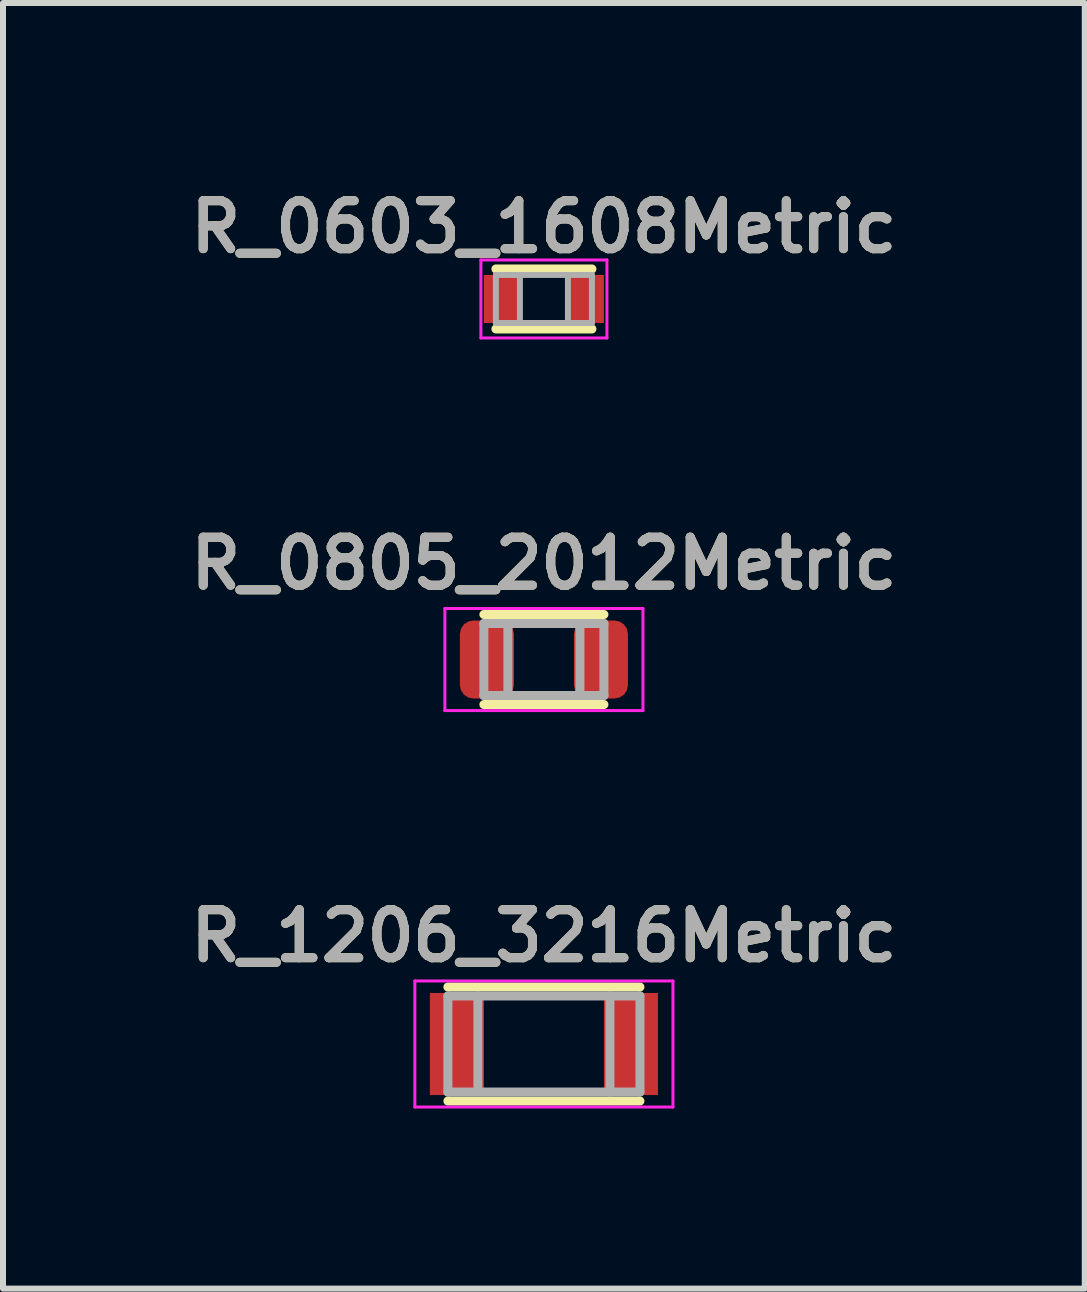
<source format=kicad_pcb>
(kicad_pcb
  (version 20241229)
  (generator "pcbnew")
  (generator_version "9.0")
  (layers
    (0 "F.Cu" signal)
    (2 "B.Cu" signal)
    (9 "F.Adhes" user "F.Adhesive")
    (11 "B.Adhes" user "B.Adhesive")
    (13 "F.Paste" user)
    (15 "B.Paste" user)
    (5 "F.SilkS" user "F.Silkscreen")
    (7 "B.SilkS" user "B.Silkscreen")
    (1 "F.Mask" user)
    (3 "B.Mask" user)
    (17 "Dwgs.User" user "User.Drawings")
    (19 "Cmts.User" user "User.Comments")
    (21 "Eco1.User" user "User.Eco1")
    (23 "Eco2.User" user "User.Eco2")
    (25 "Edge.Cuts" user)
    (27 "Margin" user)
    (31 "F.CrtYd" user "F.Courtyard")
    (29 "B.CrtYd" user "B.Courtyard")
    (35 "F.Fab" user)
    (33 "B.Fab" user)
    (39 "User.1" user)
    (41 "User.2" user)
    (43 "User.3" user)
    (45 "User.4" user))
  (footprint "R_0805_2012Metric"
    (layer "F.Cu")
    (at 6.012 7.938)
    (property "Reference" "R_0805_2012Metric" (at 0 -1.6 0) (layer "F.SilkS") (effects (font (size 0.8 0.8) (thickness 0.15))))
    (attr smd)
    (fp_line (start -1 -0.75) (end 1 -0.75) (stroke (width 0.15) (type solid)) (layer "F.SilkS"))
    (fp_line (start 1 0.75) (end -1 0.75) (stroke (width 0.15) (type solid)) (layer "F.SilkS"))
    (fp_line (start -1.65 -0.85) (end -1.65 0.85) (stroke (width 0.05) (type solid)) (layer "F.CrtYd"))
    (fp_line (start -1.65 -0.85) (end 1.65 -0.85) (stroke (width 0.05) (type solid)) (layer "F.CrtYd"))
    (fp_line (start -1.65 0.85) (end 1.65 0.85) (stroke (width 0.05) (type solid)) (layer "F.CrtYd"))
    (fp_line (start 1.65 -0.85) (end 1.65 0.85) (stroke (width 0.05) (type solid)) (layer "F.CrtYd"))
    (fp_line (start -1 -0.6) (end 1 -0.6) (stroke (width 0.15) (type solid)) (layer "F.Fab"))
    (fp_line (start -1 0.6) (end -1 -0.6) (stroke (width 0.15) (type solid)) (layer "F.Fab"))
    (fp_line (start -0.6 -0.6) (end -0.6 0.6) (stroke (width 0.15) (type solid)) (layer "F.Fab"))
    (fp_line (start 0.6 -0.6) (end 0.6 0.6) (stroke (width 0.15) (type solid)) (layer "F.Fab"))
    (fp_line (start 1 -0.6) (end 1 0.6) (stroke (width 0.15) (type solid)) (layer "F.Fab"))
    (fp_line (start 1 0.6) (end -1 0.6) (stroke (width 0.15) (type solid)) (layer "F.Fab"))
    (fp_text user "${REFERENCE}" (at 0 -1.6 0) (layer "F.Fab") (effects (font (size 0.8 0.8) (thickness 0.15))))
    (pad "1" smd roundrect (at -0.95 0) (size 0.9 1.3) (layers "F.Cu" "F.Mask" "F.Paste") (roundrect_rratio 0.25))
    (pad "2" smd roundrect (at 0.95 0) (size 0.9 1.3) (layers "F.Cu" "F.Mask" "F.Paste") (roundrect_rratio 0.25)))
  (footprint "R_1206_3216Metric"
    (layer "F.Cu")
    (at 6.012 14.344)
    (property "Reference" "R_1206_3216Metric" (at 0 -1.8 0) (layer "F.SilkS") (effects (font (size 0.8 0.8) (thickness 0.15))))
    (attr smd)
    (fp_line (start -1.6 -0.95) (end 1.6 -0.95) (stroke (width 0.15) (type solid)) (layer "F.SilkS"))
    (fp_line (start 1.6 0.95) (end -1.6 0.95) (stroke (width 0.15) (type solid)) (layer "F.SilkS"))
    (fp_line (start -2.15 -1.05) (end -2.15 1.05) (stroke (width 0.05) (type solid)) (layer "F.CrtYd"))
    (fp_line (start -2.15 -1.05) (end 2.15 -1.05) (stroke (width 0.05) (type solid)) (layer "F.CrtYd"))
    (fp_line (start -2.15 1.05) (end 2.15 1.05) (stroke (width 0.05) (type solid)) (layer "F.CrtYd"))
    (fp_line (start 2.15 -1.05) (end 2.15 1.05) (stroke (width 0.05) (type solid)) (layer "F.CrtYd"))
    (fp_line (start -1.6 -0.8) (end 1.6 -0.8) (stroke (width 0.15) (type solid)) (layer "F.Fab"))
    (fp_line (start -1.6 0.8) (end -1.6 -0.8) (stroke (width 0.15) (type solid)) (layer "F.Fab"))
    (fp_line (start -1.1 -0.8) (end -1.1 0.7) (stroke (width 0.15) (type solid)) (layer "F.Fab"))
    (fp_line (start 1.1 -0.8) (end 1.1 0.8) (stroke (width 0.15) (type solid)) (layer "F.Fab"))
    (fp_line (start 1.6 -0.8) (end 1.6 0.8) (stroke (width 0.15) (type solid)) (layer "F.Fab"))
    (fp_line (start 1.6 0.8) (end -1.6 0.8) (stroke (width 0.15) (type solid)) (layer "F.Fab"))
    (fp_text user "${REFERENCE}" (at 0 -1.8 0) (layer "F.Fab") (effects (font (size 0.8 0.8) (thickness 0.15))))
    (pad "1" smd rect (at -1.45 0) (size 0.9 1.7) (layers "F.Cu" "F.Mask" "F.Paste"))
    (pad "2" smd rect (at 1.45 0) (size 0.9 1.7) (layers "F.Cu" "F.Mask" "F.Paste")))
  (footprint "R_0603_1608Metric"
    (layer "F.Cu")
    (at 6.012 1.931)
    (property "Reference" "R_0603_1608Metric" (at 0 -1.2 0) (layer "F.SilkS") (effects (font (size 0.8 0.8) (thickness 0.15))))
    (attr smd)
    (fp_line (start -0.8 -0.5) (end 0.8 -0.5) (stroke (width 0.15) (type solid)) (layer "F.SilkS"))
    (fp_line (start -0.8 0.5) (end 0.8 0.5) (stroke (width 0.15) (type solid)) (layer "F.SilkS"))
    (fp_line (start -1.05 -0.65) (end 1.05 -0.65) (stroke (width 0.05) (type solid)) (layer "F.CrtYd"))
    (fp_line (start -1.05 0.65) (end -1.05 -0.65) (stroke (width 0.05) (type solid)) (layer "F.CrtYd"))
    (fp_line (start 1.05 -0.65) (end 1.05 0.65) (stroke (width 0.05) (type solid)) (layer "F.CrtYd"))
    (fp_line (start 1.05 0.65) (end -1.05 0.65) (stroke (width 0.05) (type solid)) (layer "F.CrtYd"))
    (fp_line (start -0.8 -0.4) (end 0.8 -0.4) (stroke (width 0.1) (type solid)) (layer "F.Fab"))
    (fp_line (start -0.8 0.4) (end -0.8 -0.4) (stroke (width 0.1) (type solid)) (layer "F.Fab"))
    (fp_line (start -0.4 -0.4) (end -0.4 0.4) (stroke (width 0.1) (type solid)) (layer "F.Fab"))
    (fp_line (start 0.4 -0.4) (end 0.4 0.4) (stroke (width 0.1) (type solid)) (layer "F.Fab"))
    (fp_line (start 0.8 -0.4) (end 0.8 0.4) (stroke (width 0.1) (type solid)) (layer "F.Fab"))
    (fp_line (start 0.8 0.4) (end -0.8 0.4) (stroke (width 0.1) (type solid)) (layer "F.Fab"))
    (fp_text user "${REFERENCE}" (at 0 -1.2 0) (layer "F.Fab") (effects (font (size 0.8 0.8) (thickness 0.15))))
    (pad "1" smd rect (at -0.7 0) (size 0.6 0.8) (layers "F.Cu" "F.Mask" "F.Paste"))
    (pad "2" smd rect (at 0.7 0) (size 0.6 0.8) (layers "F.Cu" "F.Mask" "F.Paste")))
  (gr_rect
    (start -3 -3)
    (end 15.023 18.419)
    (stroke (width 0.1) (type default))
    (fill no)
    (layer "Edge.Cuts")))
</source>
